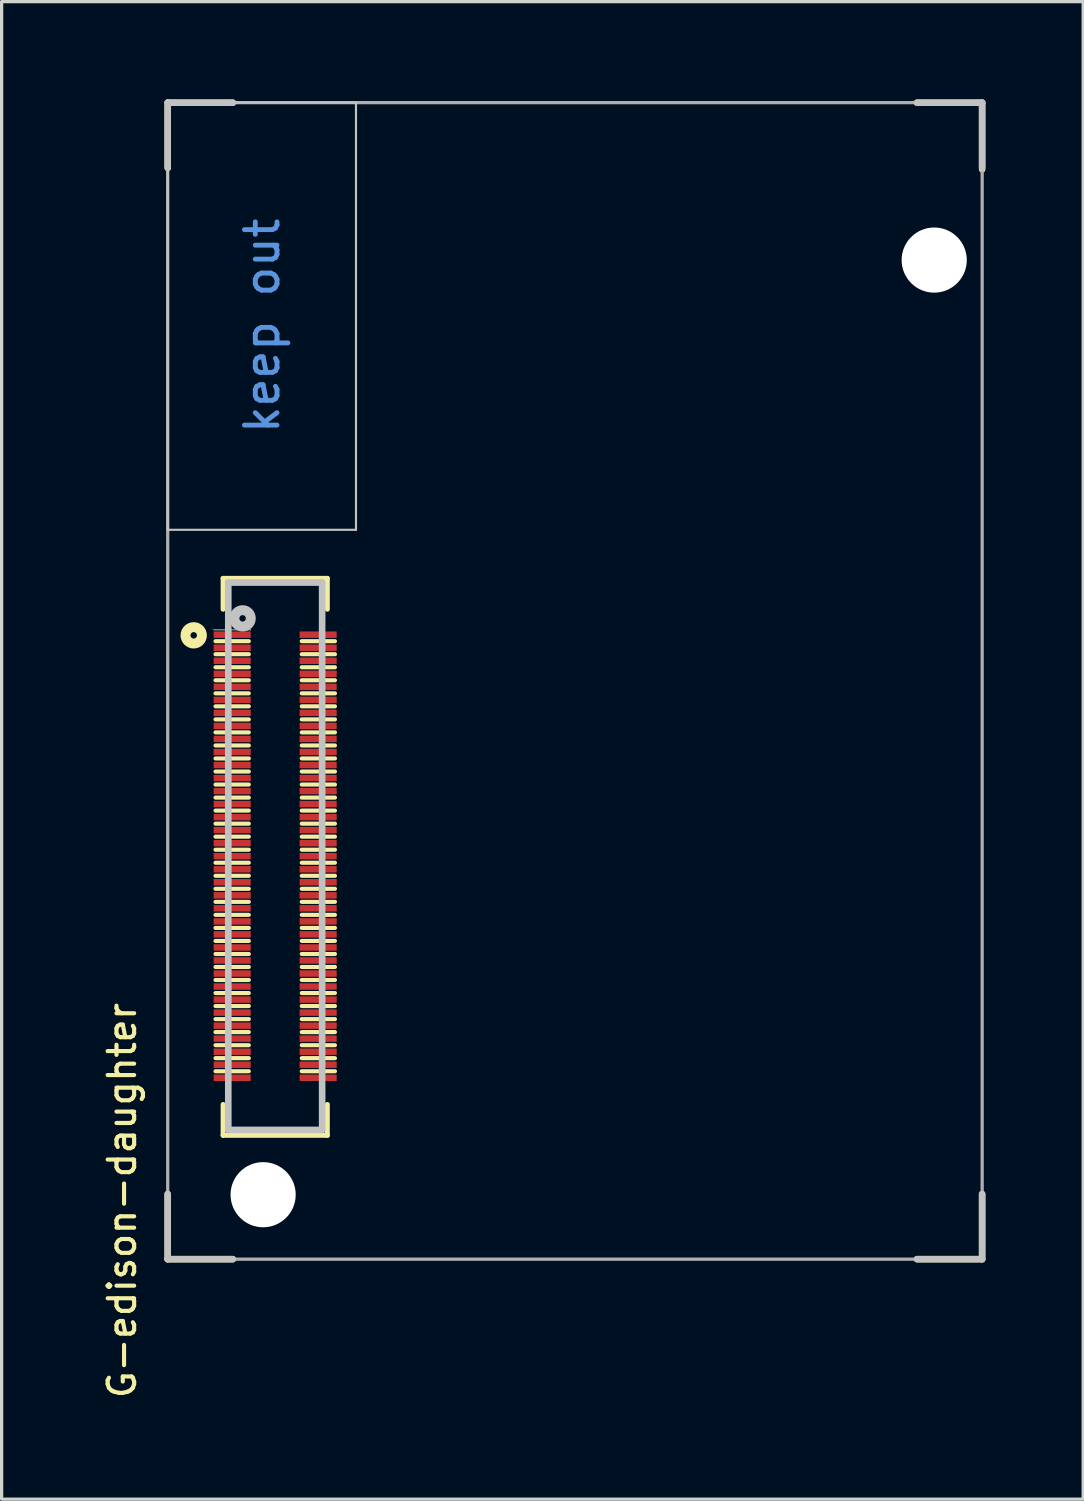
<source format=kicad_pcb>
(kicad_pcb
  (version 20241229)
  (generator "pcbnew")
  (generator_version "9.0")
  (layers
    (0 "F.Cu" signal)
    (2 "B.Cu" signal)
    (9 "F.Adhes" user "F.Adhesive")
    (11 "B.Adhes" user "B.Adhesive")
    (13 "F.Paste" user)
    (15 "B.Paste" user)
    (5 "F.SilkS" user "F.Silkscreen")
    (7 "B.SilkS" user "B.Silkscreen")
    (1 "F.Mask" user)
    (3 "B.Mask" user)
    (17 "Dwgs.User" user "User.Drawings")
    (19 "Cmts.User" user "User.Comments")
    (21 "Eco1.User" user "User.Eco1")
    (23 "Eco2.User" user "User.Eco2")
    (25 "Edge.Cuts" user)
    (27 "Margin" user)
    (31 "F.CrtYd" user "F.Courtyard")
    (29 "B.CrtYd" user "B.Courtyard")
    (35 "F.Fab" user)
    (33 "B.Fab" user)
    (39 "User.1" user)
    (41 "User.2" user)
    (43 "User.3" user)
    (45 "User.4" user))
  (footprint "G-edison-daughter"
    (layer "F.Cu")
    (at 14.598 17.851)
    (property "Reference" "G-edison-daughter" (at -13.9 15.95 90) (layer "F.SilkS") (effects (font (size 0.813 0.813) (thickness 0.127))))
    (attr smd)
    (fp_line (start -12.5 -17.749) (end -10.501 -17.749) (stroke (width 0.198) (type solid)) (layer "F.SilkS"))
    (fp_line (start -12.5 -15.748) (end -12.5 -17.749) (stroke (width 0.198) (type solid)) (layer "F.SilkS"))
    (fp_line (start -12.5 15.751) (end -12.5 17.75) (stroke (width 0.198) (type solid)) (layer "F.SilkS"))
    (fp_line (start -12.5 17.75) (end -10.501 17.75) (stroke (width 0.198) (type solid)) (layer "F.SilkS"))
    (fp_line (start -11.093 -1.567) (end -9.95 -1.567) (stroke (width 0.025) (type solid)) (layer "F.SilkS"))
    (fp_line (start -11.032 -1.219) (end -10.011 -1.219) (stroke (width 0.127) (type solid)) (layer "F.SilkS"))
    (fp_line (start -11.032 -0.82) (end -10.011 -0.82) (stroke (width 0.127) (type solid)) (layer "F.SilkS"))
    (fp_line (start -11.032 -0.419) (end -10.011 -0.419) (stroke (width 0.127) (type solid)) (layer "F.SilkS"))
    (fp_line (start -11.032 -0.02) (end -10.011 -0.02) (stroke (width 0.127) (type solid)) (layer "F.SilkS"))
    (fp_line (start -11.032 0.381) (end -10.011 0.381) (stroke (width 0.127) (type solid)) (layer "F.SilkS"))
    (fp_line (start -11.032 0.78) (end -10.011 0.78) (stroke (width 0.127) (type solid)) (layer "F.SilkS"))
    (fp_line (start -11.032 1.182) (end -10.011 1.182) (stroke (width 0.127) (type solid)) (layer "F.SilkS"))
    (fp_line (start -11.032 1.58) (end -10.011 1.58) (stroke (width 0.127) (type solid)) (layer "F.SilkS"))
    (fp_line (start -11.032 1.982) (end -10.011 1.982) (stroke (width 0.127) (type solid)) (layer "F.SilkS"))
    (fp_line (start -11.032 2.38) (end -10.011 2.38) (stroke (width 0.127) (type solid)) (layer "F.SilkS"))
    (fp_line (start -11.032 2.782) (end -10.011 2.782) (stroke (width 0.127) (type solid)) (layer "F.SilkS"))
    (fp_line (start -11.032 3.181) (end -10.011 3.181) (stroke (width 0.127) (type solid)) (layer "F.SilkS"))
    (fp_line (start -11.032 3.582) (end -10.011 3.582) (stroke (width 0.127) (type solid)) (layer "F.SilkS"))
    (fp_line (start -11.032 3.981) (end -10.011 3.981) (stroke (width 0.127) (type solid)) (layer "F.SilkS"))
    (fp_line (start -11.032 4.382) (end -10.011 4.382) (stroke (width 0.127) (type solid)) (layer "F.SilkS"))
    (fp_line (start -11.032 4.781) (end -10.011 4.781) (stroke (width 0.127) (type solid)) (layer "F.SilkS"))
    (fp_line (start -11.032 5.182) (end -10.011 5.182) (stroke (width 0.127) (type solid)) (layer "F.SilkS"))
    (fp_line (start -11.032 5.581) (end -10.011 5.581) (stroke (width 0.127) (type solid)) (layer "F.SilkS"))
    (fp_line (start -11.032 5.982) (end -10.011 5.982) (stroke (width 0.127) (type solid)) (layer "F.SilkS"))
    (fp_line (start -11.032 6.381) (end -10.011 6.381) (stroke (width 0.127) (type solid)) (layer "F.SilkS"))
    (fp_line (start -11.032 6.782) (end -10.011 6.782) (stroke (width 0.127) (type solid)) (layer "F.SilkS"))
    (fp_line (start -11.032 7.181) (end -10.011 7.181) (stroke (width 0.127) (type solid)) (layer "F.SilkS"))
    (fp_line (start -11.032 7.582) (end -10.011 7.582) (stroke (width 0.127) (type solid)) (layer "F.SilkS"))
    (fp_line (start -11.032 7.981) (end -10.011 7.981) (stroke (width 0.127) (type solid)) (layer "F.SilkS"))
    (fp_line (start -11.032 8.382) (end -10.011 8.382) (stroke (width 0.127) (type solid)) (layer "F.SilkS"))
    (fp_line (start -11.032 8.781) (end -10.011 8.781) (stroke (width 0.127) (type solid)) (layer "F.SilkS"))
    (fp_line (start -11.032 9.18) (end -10.011 9.18) (stroke (width 0.127) (type solid)) (layer "F.SilkS"))
    (fp_line (start -11.032 9.581) (end -10.011 9.581) (stroke (width 0.127) (type solid)) (layer "F.SilkS"))
    (fp_line (start -11.032 9.98) (end -10.011 9.98) (stroke (width 0.127) (type solid)) (layer "F.SilkS"))
    (fp_line (start -11.032 10.381) (end -10.011 10.381) (stroke (width 0.127) (type solid)) (layer "F.SilkS"))
    (fp_line (start -11.032 10.78) (end -10.011 10.78) (stroke (width 0.127) (type solid)) (layer "F.SilkS"))
    (fp_line (start -11.032 11.182) (end -10.011 11.182) (stroke (width 0.127) (type solid)) (layer "F.SilkS"))
    (fp_line (start -11.032 11.58) (end -10.011 11.58) (stroke (width 0.127) (type solid)) (layer "F.SilkS"))
    (fp_line (start -11.032 11.982) (end -10.011 11.982) (stroke (width 0.127) (type solid)) (layer "F.SilkS"))
    (fp_line (start -10.801 -3.149) (end -7.6 -3.149) (stroke (width 0.15) (type solid)) (layer "F.SilkS"))
    (fp_line (start -10.801 -2.199) (end -10.801 -3.149) (stroke (width 0.15) (type solid)) (layer "F.SilkS"))
    (fp_line (start -10.801 13) (end -10.801 13.95) (stroke (width 0.15) (type solid)) (layer "F.SilkS"))
    (fp_line (start -10.801 13.95) (end -7.6 13.95) (stroke (width 0.15) (type solid)) (layer "F.SilkS"))
    (fp_line (start -8.385 -1.219) (end -7.367 -1.219) (stroke (width 0.127) (type solid)) (layer "F.SilkS"))
    (fp_line (start -8.385 -0.82) (end -7.367 -0.82) (stroke (width 0.127) (type solid)) (layer "F.SilkS"))
    (fp_line (start -8.385 -0.419) (end -7.367 -0.419) (stroke (width 0.127) (type solid)) (layer "F.SilkS"))
    (fp_line (start -8.385 -0.02) (end -7.367 -0.02) (stroke (width 0.127) (type solid)) (layer "F.SilkS"))
    (fp_line (start -8.385 0.381) (end -7.367 0.381) (stroke (width 0.127) (type solid)) (layer "F.SilkS"))
    (fp_line (start -8.385 0.78) (end -7.367 0.78) (stroke (width 0.127) (type solid)) (layer "F.SilkS"))
    (fp_line (start -8.385 1.182) (end -7.367 1.182) (stroke (width 0.127) (type solid)) (layer "F.SilkS"))
    (fp_line (start -8.385 1.58) (end -7.367 1.58) (stroke (width 0.127) (type solid)) (layer "F.SilkS"))
    (fp_line (start -8.385 1.982) (end -7.367 1.982) (stroke (width 0.127) (type solid)) (layer "F.SilkS"))
    (fp_line (start -8.385 2.38) (end -7.367 2.38) (stroke (width 0.127) (type solid)) (layer "F.SilkS"))
    (fp_line (start -8.385 2.782) (end -7.367 2.782) (stroke (width 0.127) (type solid)) (layer "F.SilkS"))
    (fp_line (start -8.385 3.181) (end -7.367 3.181) (stroke (width 0.127) (type solid)) (layer "F.SilkS"))
    (fp_line (start -8.385 3.582) (end -7.367 3.582) (stroke (width 0.127) (type solid)) (layer "F.SilkS"))
    (fp_line (start -8.385 3.981) (end -7.367 3.981) (stroke (width 0.127) (type solid)) (layer "F.SilkS"))
    (fp_line (start -8.385 4.382) (end -7.367 4.382) (stroke (width 0.127) (type solid)) (layer "F.SilkS"))
    (fp_line (start -8.385 4.781) (end -7.367 4.781) (stroke (width 0.127) (type solid)) (layer "F.SilkS"))
    (fp_line (start -8.385 5.182) (end -7.367 5.182) (stroke (width 0.127) (type solid)) (layer "F.SilkS"))
    (fp_line (start -8.385 5.581) (end -7.367 5.581) (stroke (width 0.127) (type solid)) (layer "F.SilkS"))
    (fp_line (start -8.385 5.982) (end -7.367 5.982) (stroke (width 0.127) (type solid)) (layer "F.SilkS"))
    (fp_line (start -8.385 6.381) (end -7.367 6.381) (stroke (width 0.127) (type solid)) (layer "F.SilkS"))
    (fp_line (start -8.385 6.782) (end -7.367 6.782) (stroke (width 0.127) (type solid)) (layer "F.SilkS"))
    (fp_line (start -8.385 7.181) (end -7.367 7.181) (stroke (width 0.127) (type solid)) (layer "F.SilkS"))
    (fp_line (start -8.385 7.582) (end -7.367 7.582) (stroke (width 0.127) (type solid)) (layer "F.SilkS"))
    (fp_line (start -8.385 7.981) (end -7.367 7.981) (stroke (width 0.127) (type solid)) (layer "F.SilkS"))
    (fp_line (start -8.385 8.382) (end -7.367 8.382) (stroke (width 0.127) (type solid)) (layer "F.SilkS"))
    (fp_line (start -8.385 8.781) (end -7.367 8.781) (stroke (width 0.127) (type solid)) (layer "F.SilkS"))
    (fp_line (start -8.385 9.18) (end -7.367 9.18) (stroke (width 0.127) (type solid)) (layer "F.SilkS"))
    (fp_line (start -8.385 9.581) (end -7.367 9.581) (stroke (width 0.127) (type solid)) (layer "F.SilkS"))
    (fp_line (start -8.385 9.98) (end -7.367 9.98) (stroke (width 0.127) (type solid)) (layer "F.SilkS"))
    (fp_line (start -8.385 10.381) (end -7.367 10.381) (stroke (width 0.127) (type solid)) (layer "F.SilkS"))
    (fp_line (start -8.385 10.78) (end -7.367 10.78) (stroke (width 0.127) (type solid)) (layer "F.SilkS"))
    (fp_line (start -8.385 11.182) (end -7.367 11.182) (stroke (width 0.127) (type solid)) (layer "F.SilkS"))
    (fp_line (start -8.385 11.58) (end -7.367 11.58) (stroke (width 0.127) (type solid)) (layer "F.SilkS"))
    (fp_line (start -8.385 11.982) (end -7.367 11.982) (stroke (width 0.127) (type solid)) (layer "F.SilkS"))
    (fp_line (start -7.6 -3.149) (end -7.6 -2.199) (stroke (width 0.15) (type solid)) (layer "F.SilkS"))
    (fp_line (start -7.6 13.95) (end -7.6 13) (stroke (width 0.15) (type solid)) (layer "F.SilkS"))
    (fp_line (start 10.5 17.75) (end 12.499 17.75) (stroke (width 0.198) (type solid)) (layer "F.SilkS"))
    (fp_line (start 12.499 -17.749) (end 10.5 -17.749) (stroke (width 0.198) (type solid)) (layer "F.SilkS"))
    (fp_line (start 12.499 -15.699) (end 12.499 -17.749) (stroke (width 0.198) (type solid)) (layer "F.SilkS"))
    (fp_line (start 12.499 17.75) (end 12.499 15.751) (stroke (width 0.198) (type solid)) (layer "F.SilkS"))
    (fp_circle (center -11.702 -1.399) (end -11.702 -1.498) (stroke (width 0.305) (type solid)) (fill no) (layer "F.SilkS"))
    (fp_line (start -12.5 -17.749) (end -10.501 -17.749) (stroke (width 0.203) (type solid)) (layer "Dwgs.User"))
    (fp_line (start -12.5 -17.749) (end -6.721 -17.749) (stroke (width 0.066) (type solid)) (layer "Dwgs.User"))
    (fp_line (start -12.5 -15.748) (end -12.5 -17.749) (stroke (width 0.203) (type solid)) (layer "Dwgs.User"))
    (fp_line (start -12.5 -4.638) (end -12.5 -17.749) (stroke (width 0.066) (type solid)) (layer "Dwgs.User"))
    (fp_line (start -12.5 -4.638) (end -6.721 -4.638) (stroke (width 0.066) (type solid)) (layer "Dwgs.User"))
    (fp_line (start -12.5 17.75) (end -12.5 15.751) (stroke (width 0.203) (type solid)) (layer "Dwgs.User"))
    (fp_line (start -10.641 -3.02) (end -7.76 -3.02) (stroke (width 0.203) (type solid)) (layer "Dwgs.User"))
    (fp_line (start -10.641 13.783) (end -10.641 -3.02) (stroke (width 0.203) (type solid)) (layer "Dwgs.User"))
    (fp_line (start -10.501 17.75) (end -12.5 17.75) (stroke (width 0.203) (type solid)) (layer "Dwgs.User"))
    (fp_line (start -7.76 -3.02) (end -7.76 13.783) (stroke (width 0.203) (type solid)) (layer "Dwgs.User"))
    (fp_line (start -7.76 13.783) (end -10.641 13.783) (stroke (width 0.203) (type solid)) (layer "Dwgs.User"))
    (fp_line (start -6.721 -4.638) (end -6.721 -17.749) (stroke (width 0.066) (type solid)) (layer "Dwgs.User"))
    (fp_line (start 10.5 -17.749) (end 12.499 -17.749) (stroke (width 0.203) (type solid)) (layer "Dwgs.User"))
    (fp_line (start 12.499 -17.749) (end 12.499 -15.748) (stroke (width 0.203) (type solid)) (layer "Dwgs.User"))
    (fp_line (start 12.499 15.751) (end 12.499 17.75) (stroke (width 0.203) (type solid)) (layer "Dwgs.User"))
    (fp_line (start 12.499 17.75) (end 10.5 17.75) (stroke (width 0.203) (type solid)) (layer "Dwgs.User"))
    (fp_circle (center -10.201 -1.92) (end -10.201 -2.019) (stroke (width 0.305) (type solid)) (fill no) (layer "Dwgs.User"))
    (fp_line (start -12.5 -17.75) (end -12.5 17.75) (stroke (width 0.1) (type solid)) (layer "F.Fab"))
    (fp_line (start -12.5 17.75) (end 12.5 17.75) (stroke (width 0.1) (type solid)) (layer "F.Fab"))
    (fp_line (start 12.5 -17.75) (end -12.5 -17.75) (stroke (width 0.1) (type solid)) (layer "F.Fab"))
    (fp_line (start 12.5 17.75) (end 12.5 -17.75) (stroke (width 0.1) (type solid)) (layer "F.Fab"))
    (fp_text user "keep out" (at -9.6 -10.9 90) (layer "Cmts.User") (effects (font (size 1 1) (thickness 0.15))))
    (pad "" np_thru_hole circle (at -9.571 15.771) (size 2 2) (drill 2) (layers "*.Cu" "*.Mask"))
    (pad "" np_thru_hole circle (at 11.028 -12.918) (size 2 2) (drill 2) (layers "*.Cu" "*.Mask"))
    (pad "1" smd rect (at -10.521 -1.419 90) (size 0.198 1.138) (layers "F.Cu" "F.Mask" "F.Paste"))
    (pad "2" smd rect (at -7.882 -1.419 90) (size 0.198 1.138) (layers "F.Cu" "F.Mask" "F.Paste"))
    (pad "3" smd rect (at -10.521 -1.018 90) (size 0.198 1.138) (layers "F.Cu" "F.Mask" "F.Paste"))
    (pad "4" smd rect (at -7.882 -1.018 90) (size 0.198 1.138) (layers "F.Cu" "F.Mask" "F.Paste"))
    (pad "5" smd rect (at -10.521 -0.619 90) (size 0.198 1.138) (layers "F.Cu" "F.Mask" "F.Paste"))
    (pad "6" smd rect (at -7.882 -0.619 90) (size 0.198 1.138) (layers "F.Cu" "F.Mask" "F.Paste"))
    (pad "7" smd rect (at -10.521 -0.218 90) (size 0.198 1.138) (layers "F.Cu" "F.Mask" "F.Paste"))
    (pad "8" smd rect (at -7.882 -0.218 90) (size 0.198 1.138) (layers "F.Cu" "F.Mask" "F.Paste"))
    (pad "9" smd rect (at -10.521 0.181 90) (size 0.198 1.138) (layers "F.Cu" "F.Mask" "F.Paste"))
    (pad "10" smd rect (at -7.882 0.181 90) (size 0.198 1.138) (layers "F.Cu" "F.Mask" "F.Paste"))
    (pad "11" smd rect (at -10.521 0.582 90) (size 0.198 1.138) (layers "F.Cu" "F.Mask" "F.Paste"))
    (pad "12" smd rect (at -7.882 0.582 90) (size 0.198 1.138) (layers "F.Cu" "F.Mask" "F.Paste"))
    (pad "13" smd rect (at -10.521 0.981 90) (size 0.198 1.138) (layers "F.Cu" "F.Mask" "F.Paste"))
    (pad "14" smd rect (at -7.882 0.981 90) (size 0.198 1.138) (layers "F.Cu" "F.Mask" "F.Paste"))
    (pad "15" smd rect (at -10.521 1.382 90) (size 0.198 1.138) (layers "F.Cu" "F.Mask" "F.Paste"))
    (pad "16" smd rect (at -7.882 1.382 90) (size 0.198 1.138) (layers "F.Cu" "F.Mask" "F.Paste"))
    (pad "17" smd rect (at -10.521 1.781 90) (size 0.198 1.138) (layers "F.Cu" "F.Mask" "F.Paste"))
    (pad "18" smd rect (at -7.882 1.781 90) (size 0.198 1.138) (layers "F.Cu" "F.Mask" "F.Paste"))
    (pad "19" smd rect (at -10.521 2.182 90) (size 0.198 1.138) (layers "F.Cu" "F.Mask" "F.Paste"))
    (pad "20" smd rect (at -7.882 2.182 90) (size 0.198 1.138) (layers "F.Cu" "F.Mask" "F.Paste"))
    (pad "21" smd rect (at -10.521 2.581 90) (size 0.198 1.138) (layers "F.Cu" "F.Mask" "F.Paste"))
    (pad "22" smd rect (at -7.882 2.581 90) (size 0.198 1.138) (layers "F.Cu" "F.Mask" "F.Paste"))
    (pad "23" smd rect (at -10.521 2.982 90) (size 0.198 1.138) (layers "F.Cu" "F.Mask" "F.Paste"))
    (pad "24" smd rect (at -7.882 2.982 90) (size 0.198 1.138) (layers "F.Cu" "F.Mask" "F.Paste"))
    (pad "25" smd rect (at -10.521 3.381 90) (size 0.198 1.138) (layers "F.Cu" "F.Mask" "F.Paste"))
    (pad "26" smd rect (at -7.882 3.381 90) (size 0.198 1.138) (layers "F.Cu" "F.Mask" "F.Paste"))
    (pad "27" smd rect (at -10.521 3.78 90) (size 0.198 1.138) (layers "F.Cu" "F.Mask" "F.Paste"))
    (pad "28" smd rect (at -7.882 3.78 90) (size 0.198 1.138) (layers "F.Cu" "F.Mask" "F.Paste"))
    (pad "29" smd rect (at -10.521 4.181 90) (size 0.198 1.138) (layers "F.Cu" "F.Mask" "F.Paste"))
    (pad "30" smd rect (at -7.882 4.181 90) (size 0.198 1.138) (layers "F.Cu" "F.Mask" "F.Paste"))
    (pad "31" smd rect (at -10.521 4.58 90) (size 0.198 1.138) (layers "F.Cu" "F.Mask" "F.Paste"))
    (pad "32" smd rect (at -7.882 4.58 90) (size 0.198 1.138) (layers "F.Cu" "F.Mask" "F.Paste"))
    (pad "33" smd rect (at -10.521 4.981 90) (size 0.198 1.138) (layers "F.Cu" "F.Mask" "F.Paste"))
    (pad "34" smd rect (at -7.882 4.981 90) (size 0.198 1.138) (layers "F.Cu" "F.Mask" "F.Paste"))
    (pad "35" smd rect (at -10.521 5.38 90) (size 0.198 1.138) (layers "F.Cu" "F.Mask" "F.Paste"))
    (pad "36" smd rect (at -7.882 5.38 90) (size 0.198 1.138) (layers "F.Cu" "F.Mask" "F.Paste"))
    (pad "37" smd rect (at -10.521 5.782 90) (size 0.198 1.138) (layers "F.Cu" "F.Mask" "F.Paste"))
    (pad "38" smd rect (at -7.882 5.782 90) (size 0.198 1.138) (layers "F.Cu" "F.Mask" "F.Paste"))
    (pad "39" smd rect (at -10.521 6.18 90) (size 0.198 1.138) (layers "F.Cu" "F.Mask" "F.Paste"))
    (pad "40" smd rect (at -7.882 6.18 90) (size 0.198 1.138) (layers "F.Cu" "F.Mask" "F.Paste"))
    (pad "41" smd rect (at -10.521 6.582 90) (size 0.198 1.138) (layers "F.Cu" "F.Mask" "F.Paste"))
    (pad "42" smd rect (at -7.882 6.582 90) (size 0.198 1.138) (layers "F.Cu" "F.Mask" "F.Paste"))
    (pad "43" smd rect (at -10.521 6.98 90) (size 0.198 1.138) (layers "F.Cu" "F.Mask" "F.Paste"))
    (pad "44" smd rect (at -7.882 6.98 90) (size 0.198 1.138) (layers "F.Cu" "F.Mask" "F.Paste"))
    (pad "45" smd rect (at -10.521 7.382 90) (size 0.198 1.138) (layers "F.Cu" "F.Mask" "F.Paste"))
    (pad "46" smd rect (at -7.882 7.382 90) (size 0.198 1.138) (layers "F.Cu" "F.Mask" "F.Paste"))
    (pad "47" smd rect (at -10.521 7.78 90) (size 0.198 1.138) (layers "F.Cu" "F.Mask" "F.Paste"))
    (pad "48" smd rect (at -7.882 7.78 90) (size 0.198 1.138) (layers "F.Cu" "F.Mask" "F.Paste"))
    (pad "49" smd rect (at -10.521 8.182 90) (size 0.198 1.138) (layers "F.Cu" "F.Mask" "F.Paste"))
    (pad "50" smd rect (at -7.882 8.182 90) (size 0.198 1.138) (layers "F.Cu" "F.Mask" "F.Paste"))
    (pad "51" smd rect (at -10.521 8.581 90) (size 0.198 1.138) (layers "F.Cu" "F.Mask" "F.Paste"))
    (pad "52" smd rect (at -7.882 8.581 90) (size 0.198 1.138) (layers "F.Cu" "F.Mask" "F.Paste"))
    (pad "53" smd rect (at -10.521 8.982 90) (size 0.198 1.138) (layers "F.Cu" "F.Mask" "F.Paste"))
    (pad "54" smd rect (at -7.882 8.982 90) (size 0.198 1.138) (layers "F.Cu" "F.Mask" "F.Paste"))
    (pad "55" smd rect (at -10.521 9.381 90) (size 0.198 1.138) (layers "F.Cu" "F.Mask" "F.Paste"))
    (pad "56" smd rect (at -7.882 9.381 90) (size 0.198 1.138) (layers "F.Cu" "F.Mask" "F.Paste"))
    (pad "57" smd rect (at -10.521 9.782 90) (size 0.198 1.138) (layers "F.Cu" "F.Mask" "F.Paste"))
    (pad "58" smd rect (at -7.882 9.782 90) (size 0.198 1.138) (layers "F.Cu" "F.Mask" "F.Paste"))
    (pad "59" smd rect (at -10.521 10.181 90) (size 0.198 1.138) (layers "F.Cu" "F.Mask" "F.Paste"))
    (pad "60" smd rect (at -7.882 10.181 90) (size 0.198 1.138) (layers "F.Cu" "F.Mask" "F.Paste"))
    (pad "61" smd rect (at -10.521 10.582 90) (size 0.198 1.138) (layers "F.Cu" "F.Mask" "F.Paste"))
    (pad "62" smd rect (at -7.882 10.582 90) (size 0.198 1.138) (layers "F.Cu" "F.Mask" "F.Paste"))
    (pad "63" smd rect (at -10.521 10.981 90) (size 0.198 1.138) (layers "F.Cu" "F.Mask" "F.Paste"))
    (pad "64" smd rect (at -7.882 10.981 90) (size 0.198 1.138) (layers "F.Cu" "F.Mask" "F.Paste"))
    (pad "65" smd rect (at -10.521 11.382 90) (size 0.198 1.138) (layers "F.Cu" "F.Mask" "F.Paste"))
    (pad "66" smd rect (at -7.882 11.382 90) (size 0.198 1.138) (layers "F.Cu" "F.Mask" "F.Paste"))
    (pad "67" smd rect (at -10.521 11.781 90) (size 0.198 1.138) (layers "F.Cu" "F.Mask" "F.Paste"))
    (pad "68" smd rect (at -7.882 11.781 90) (size 0.198 1.138) (layers "F.Cu" "F.Mask" "F.Paste"))
    (pad "69" smd rect (at -10.521 12.182 90) (size 0.198 1.138) (layers "F.Cu" "F.Mask" "F.Paste"))
    (pad "70" smd rect (at -7.882 12.182 90) (size 0.198 1.138) (layers "F.Cu" "F.Mask" "F.Paste")))
  (gr_rect
    (start -3 -3)
    (end 30.199 42.967)
    (stroke (width 0.1) (type default))
    (fill no)
    (layer "Edge.Cuts")))
</source>
